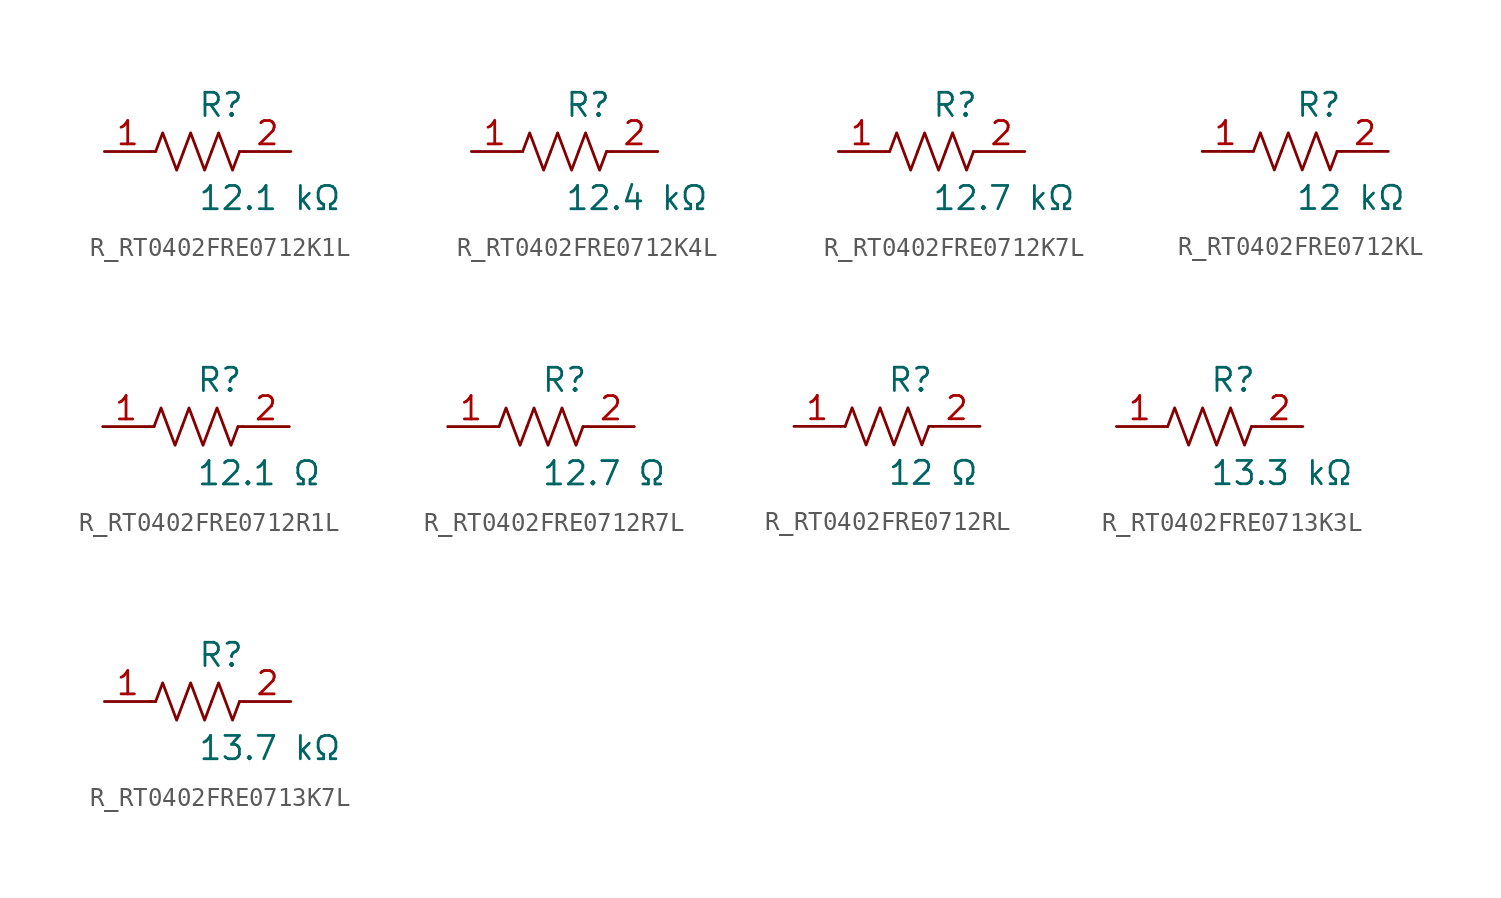
<source format=kicad_sym>
(kicad_symbol_lib
  (version 20231120)
  (generator kicad_symbol_editor)
  (generator_version 8.0)
  (symbol "R_RT0402FRE0712K1L"
    (pin_names
      (offset 0.254))
    (property "Reference" "R"
      (at 0.0 2.54 0)
      (effects (font (size 1.27 1.27)) (justify left)))
    (property "Value" "12.1 kΩ"
      (at 0.0 -2.54 0)
      (effects (font (size 1.27 1.27)) (justify left)))
    (symbol "R_RT0402FRE0712K1L_0_1"
      (polyline (pts (xy 2.286 0) (xy 2.54 0)) (stroke (width 0) (type default)) (fill (type none)))
      (polyline (pts (xy -2.286 0) (xy -2.54 0)) (stroke (width 0) (type default)) (fill (type none)))
      (polyline (pts (xy 0.762 0) (xy 1.143 1.016) (xy 1.524 0) (xy 1.905 -1.016) (xy 2.286 0)) (stroke (width 0) (type default)) (fill (type none)))
      (polyline (pts (xy -0.762 0) (xy -0.381 1.016) (xy 0 0) (xy 0.381 -1.016) (xy 0.762 0)) (stroke (width 0) (type default)) (fill (type none)))
      (polyline (pts (xy -2.286 0) (xy -1.905 1.016) (xy -1.524 0) (xy -1.143 -1.016) (xy -0.762 0)) (stroke (width 0) (type default)) (fill (type none))))
    (pin unspecified line
      (at -5.08 0 0)
      (length 2.54)
      (name "" (effects (font (size 1.27 1.27))))
      (number "1" (effects (font (size 1.27 1.27)))))
    (pin unspecified line
      (at 5.08 0 180)
      (length 2.54)
      (name "" (effects (font (size 1.27 1.27))))
      (number "2" (effects (font (size 1.27 1.27))))))
  (symbol "R_RT0402FRE0712K4L"
    (pin_names
      (offset 0.254))
    (property "Reference" "R"
      (at 0.0 2.54 0)
      (effects (font (size 1.27 1.27)) (justify left)))
    (property "Value" "12.4 kΩ"
      (at 0.0 -2.54 0)
      (effects (font (size 1.27 1.27)) (justify left)))
    (symbol "R_RT0402FRE0712K4L_0_1"
      (polyline (pts (xy 2.286 0) (xy 2.54 0)) (stroke (width 0) (type default)) (fill (type none)))
      (polyline (pts (xy -2.286 0) (xy -2.54 0)) (stroke (width 0) (type default)) (fill (type none)))
      (polyline (pts (xy 0.762 0) (xy 1.143 1.016) (xy 1.524 0) (xy 1.905 -1.016) (xy 2.286 0)) (stroke (width 0) (type default)) (fill (type none)))
      (polyline (pts (xy -0.762 0) (xy -0.381 1.016) (xy 0 0) (xy 0.381 -1.016) (xy 0.762 0)) (stroke (width 0) (type default)) (fill (type none)))
      (polyline (pts (xy -2.286 0) (xy -1.905 1.016) (xy -1.524 0) (xy -1.143 -1.016) (xy -0.762 0)) (stroke (width 0) (type default)) (fill (type none))))
    (pin unspecified line
      (at -5.08 0 0)
      (length 2.54)
      (name "" (effects (font (size 1.27 1.27))))
      (number "1" (effects (font (size 1.27 1.27)))))
    (pin unspecified line
      (at 5.08 0 180)
      (length 2.54)
      (name "" (effects (font (size 1.27 1.27))))
      (number "2" (effects (font (size 1.27 1.27))))))
  (symbol "R_RT0402FRE0712K7L"
    (pin_names
      (offset 0.254))
    (property "Reference" "R"
      (at 0.0 2.54 0)
      (effects (font (size 1.27 1.27)) (justify left)))
    (property "Value" "12.7 kΩ"
      (at 0.0 -2.54 0)
      (effects (font (size 1.27 1.27)) (justify left)))
    (symbol "R_RT0402FRE0712K7L_0_1"
      (polyline (pts (xy 2.286 0) (xy 2.54 0)) (stroke (width 0) (type default)) (fill (type none)))
      (polyline (pts (xy -2.286 0) (xy -2.54 0)) (stroke (width 0) (type default)) (fill (type none)))
      (polyline (pts (xy 0.762 0) (xy 1.143 1.016) (xy 1.524 0) (xy 1.905 -1.016) (xy 2.286 0)) (stroke (width 0) (type default)) (fill (type none)))
      (polyline (pts (xy -0.762 0) (xy -0.381 1.016) (xy 0 0) (xy 0.381 -1.016) (xy 0.762 0)) (stroke (width 0) (type default)) (fill (type none)))
      (polyline (pts (xy -2.286 0) (xy -1.905 1.016) (xy -1.524 0) (xy -1.143 -1.016) (xy -0.762 0)) (stroke (width 0) (type default)) (fill (type none))))
    (pin unspecified line
      (at -5.08 0 0)
      (length 2.54)
      (name "" (effects (font (size 1.27 1.27))))
      (number "1" (effects (font (size 1.27 1.27)))))
    (pin unspecified line
      (at 5.08 0 180)
      (length 2.54)
      (name "" (effects (font (size 1.27 1.27))))
      (number "2" (effects (font (size 1.27 1.27))))))
  (symbol "R_RT0402FRE0712KL"
    (pin_names
      (offset 0.254))
    (property "Reference" "R"
      (at 0.0 2.54 0)
      (effects (font (size 1.27 1.27)) (justify left)))
    (property "Value" "12 kΩ"
      (at 0.0 -2.54 0)
      (effects (font (size 1.27 1.27)) (justify left)))
    (symbol "R_RT0402FRE0712KL_0_1"
      (polyline (pts (xy 2.286 0) (xy 2.54 0)) (stroke (width 0) (type default)) (fill (type none)))
      (polyline (pts (xy -2.286 0) (xy -2.54 0)) (stroke (width 0) (type default)) (fill (type none)))
      (polyline (pts (xy 0.762 0) (xy 1.143 1.016) (xy 1.524 0) (xy 1.905 -1.016) (xy 2.286 0)) (stroke (width 0) (type default)) (fill (type none)))
      (polyline (pts (xy -0.762 0) (xy -0.381 1.016) (xy 0 0) (xy 0.381 -1.016) (xy 0.762 0)) (stroke (width 0) (type default)) (fill (type none)))
      (polyline (pts (xy -2.286 0) (xy -1.905 1.016) (xy -1.524 0) (xy -1.143 -1.016) (xy -0.762 0)) (stroke (width 0) (type default)) (fill (type none))))
    (pin unspecified line
      (at -5.08 0 0)
      (length 2.54)
      (name "" (effects (font (size 1.27 1.27))))
      (number "1" (effects (font (size 1.27 1.27)))))
    (pin unspecified line
      (at 5.08 0 180)
      (length 2.54)
      (name "" (effects (font (size 1.27 1.27))))
      (number "2" (effects (font (size 1.27 1.27))))))
  (symbol "R_RT0402FRE0712R1L"
    (pin_names
      (offset 0.254))
    (property "Reference" "R"
      (at 0.0 2.54 0)
      (effects (font (size 1.27 1.27)) (justify left)))
    (property "Value" "12.1 Ω"
      (at 0.0 -2.54 0)
      (effects (font (size 1.27 1.27)) (justify left)))
    (symbol "R_RT0402FRE0712R1L_0_1"
      (polyline (pts (xy 2.286 0) (xy 2.54 0)) (stroke (width 0) (type default)) (fill (type none)))
      (polyline (pts (xy -2.286 0) (xy -2.54 0)) (stroke (width 0) (type default)) (fill (type none)))
      (polyline (pts (xy 0.762 0) (xy 1.143 1.016) (xy 1.524 0) (xy 1.905 -1.016) (xy 2.286 0)) (stroke (width 0) (type default)) (fill (type none)))
      (polyline (pts (xy -0.762 0) (xy -0.381 1.016) (xy 0 0) (xy 0.381 -1.016) (xy 0.762 0)) (stroke (width 0) (type default)) (fill (type none)))
      (polyline (pts (xy -2.286 0) (xy -1.905 1.016) (xy -1.524 0) (xy -1.143 -1.016) (xy -0.762 0)) (stroke (width 0) (type default)) (fill (type none))))
    (pin unspecified line
      (at -5.08 0 0)
      (length 2.54)
      (name "" (effects (font (size 1.27 1.27))))
      (number "1" (effects (font (size 1.27 1.27)))))
    (pin unspecified line
      (at 5.08 0 180)
      (length 2.54)
      (name "" (effects (font (size 1.27 1.27))))
      (number "2" (effects (font (size 1.27 1.27))))))
  (symbol "R_RT0402FRE0712R7L"
    (pin_names
      (offset 0.254))
    (property "Reference" "R"
      (at 0.0 2.54 0)
      (effects (font (size 1.27 1.27)) (justify left)))
    (property "Value" "12.7 Ω"
      (at 0.0 -2.54 0)
      (effects (font (size 1.27 1.27)) (justify left)))
    (symbol "R_RT0402FRE0712R7L_0_1"
      (polyline (pts (xy 2.286 0) (xy 2.54 0)) (stroke (width 0) (type default)) (fill (type none)))
      (polyline (pts (xy -2.286 0) (xy -2.54 0)) (stroke (width 0) (type default)) (fill (type none)))
      (polyline (pts (xy 0.762 0) (xy 1.143 1.016) (xy 1.524 0) (xy 1.905 -1.016) (xy 2.286 0)) (stroke (width 0) (type default)) (fill (type none)))
      (polyline (pts (xy -0.762 0) (xy -0.381 1.016) (xy 0 0) (xy 0.381 -1.016) (xy 0.762 0)) (stroke (width 0) (type default)) (fill (type none)))
      (polyline (pts (xy -2.286 0) (xy -1.905 1.016) (xy -1.524 0) (xy -1.143 -1.016) (xy -0.762 0)) (stroke (width 0) (type default)) (fill (type none))))
    (pin unspecified line
      (at -5.08 0 0)
      (length 2.54)
      (name "" (effects (font (size 1.27 1.27))))
      (number "1" (effects (font (size 1.27 1.27)))))
    (pin unspecified line
      (at 5.08 0 180)
      (length 2.54)
      (name "" (effects (font (size 1.27 1.27))))
      (number "2" (effects (font (size 1.27 1.27))))))
  (symbol "R_RT0402FRE0712RL"
    (pin_names
      (offset 0.254))
    (property "Reference" "R"
      (at 0.0 2.54 0)
      (effects (font (size 1.27 1.27)) (justify left)))
    (property "Value" "12 Ω"
      (at 0.0 -2.54 0)
      (effects (font (size 1.27 1.27)) (justify left)))
    (symbol "R_RT0402FRE0712RL_0_1"
      (polyline (pts (xy 2.286 0) (xy 2.54 0)) (stroke (width 0) (type default)) (fill (type none)))
      (polyline (pts (xy -2.286 0) (xy -2.54 0)) (stroke (width 0) (type default)) (fill (type none)))
      (polyline (pts (xy 0.762 0) (xy 1.143 1.016) (xy 1.524 0) (xy 1.905 -1.016) (xy 2.286 0)) (stroke (width 0) (type default)) (fill (type none)))
      (polyline (pts (xy -0.762 0) (xy -0.381 1.016) (xy 0 0) (xy 0.381 -1.016) (xy 0.762 0)) (stroke (width 0) (type default)) (fill (type none)))
      (polyline (pts (xy -2.286 0) (xy -1.905 1.016) (xy -1.524 0) (xy -1.143 -1.016) (xy -0.762 0)) (stroke (width 0) (type default)) (fill (type none))))
    (pin unspecified line
      (at -5.08 0 0)
      (length 2.54)
      (name "" (effects (font (size 1.27 1.27))))
      (number "1" (effects (font (size 1.27 1.27)))))
    (pin unspecified line
      (at 5.08 0 180)
      (length 2.54)
      (name "" (effects (font (size 1.27 1.27))))
      (number "2" (effects (font (size 1.27 1.27))))))
  (symbol "R_RT0402FRE0713K3L"
    (pin_names
      (offset 0.254))
    (property "Reference" "R"
      (at 0.0 2.54 0)
      (effects (font (size 1.27 1.27)) (justify left)))
    (property "Value" "13.3 kΩ"
      (at 0.0 -2.54 0)
      (effects (font (size 1.27 1.27)) (justify left)))
    (symbol "R_RT0402FRE0713K3L_0_1"
      (polyline (pts (xy 2.286 0) (xy 2.54 0)) (stroke (width 0) (type default)) (fill (type none)))
      (polyline (pts (xy -2.286 0) (xy -2.54 0)) (stroke (width 0) (type default)) (fill (type none)))
      (polyline (pts (xy 0.762 0) (xy 1.143 1.016) (xy 1.524 0) (xy 1.905 -1.016) (xy 2.286 0)) (stroke (width 0) (type default)) (fill (type none)))
      (polyline (pts (xy -0.762 0) (xy -0.381 1.016) (xy 0 0) (xy 0.381 -1.016) (xy 0.762 0)) (stroke (width 0) (type default)) (fill (type none)))
      (polyline (pts (xy -2.286 0) (xy -1.905 1.016) (xy -1.524 0) (xy -1.143 -1.016) (xy -0.762 0)) (stroke (width 0) (type default)) (fill (type none))))
    (pin unspecified line
      (at -5.08 0 0)
      (length 2.54)
      (name "" (effects (font (size 1.27 1.27))))
      (number "1" (effects (font (size 1.27 1.27)))))
    (pin unspecified line
      (at 5.08 0 180)
      (length 2.54)
      (name "" (effects (font (size 1.27 1.27))))
      (number "2" (effects (font (size 1.27 1.27))))))
  (symbol "R_RT0402FRE0713K7L"
    (pin_names
      (offset 0.254))
    (property "Reference" "R"
      (at 0.0 2.54 0)
      (effects (font (size 1.27 1.27)) (justify left)))
    (property "Value" "13.7 kΩ"
      (at 0.0 -2.54 0)
      (effects (font (size 1.27 1.27)) (justify left)))
    (symbol "R_RT0402FRE0713K7L_0_1"
      (polyline (pts (xy 2.286 0) (xy 2.54 0)) (stroke (width 0) (type default)) (fill (type none)))
      (polyline (pts (xy -2.286 0) (xy -2.54 0)) (stroke (width 0) (type default)) (fill (type none)))
      (polyline (pts (xy 0.762 0) (xy 1.143 1.016) (xy 1.524 0) (xy 1.905 -1.016) (xy 2.286 0)) (stroke (width 0) (type default)) (fill (type none)))
      (polyline (pts (xy -0.762 0) (xy -0.381 1.016) (xy 0 0) (xy 0.381 -1.016) (xy 0.762 0)) (stroke (width 0) (type default)) (fill (type none)))
      (polyline (pts (xy -2.286 0) (xy -1.905 1.016) (xy -1.524 0) (xy -1.143 -1.016) (xy -0.762 0)) (stroke (width 0) (type default)) (fill (type none))))
    (pin unspecified line
      (at -5.08 0 0)
      (length 2.54)
      (name "" (effects (font (size 1.27 1.27))))
      (number "1" (effects (font (size 1.27 1.27)))))
    (pin unspecified line
      (at 5.08 0 180)
      (length 2.54)
      (name "" (effects (font (size 1.27 1.27))))
      (number "2" (effects (font (size 1.27 1.27)))))))
</source>
